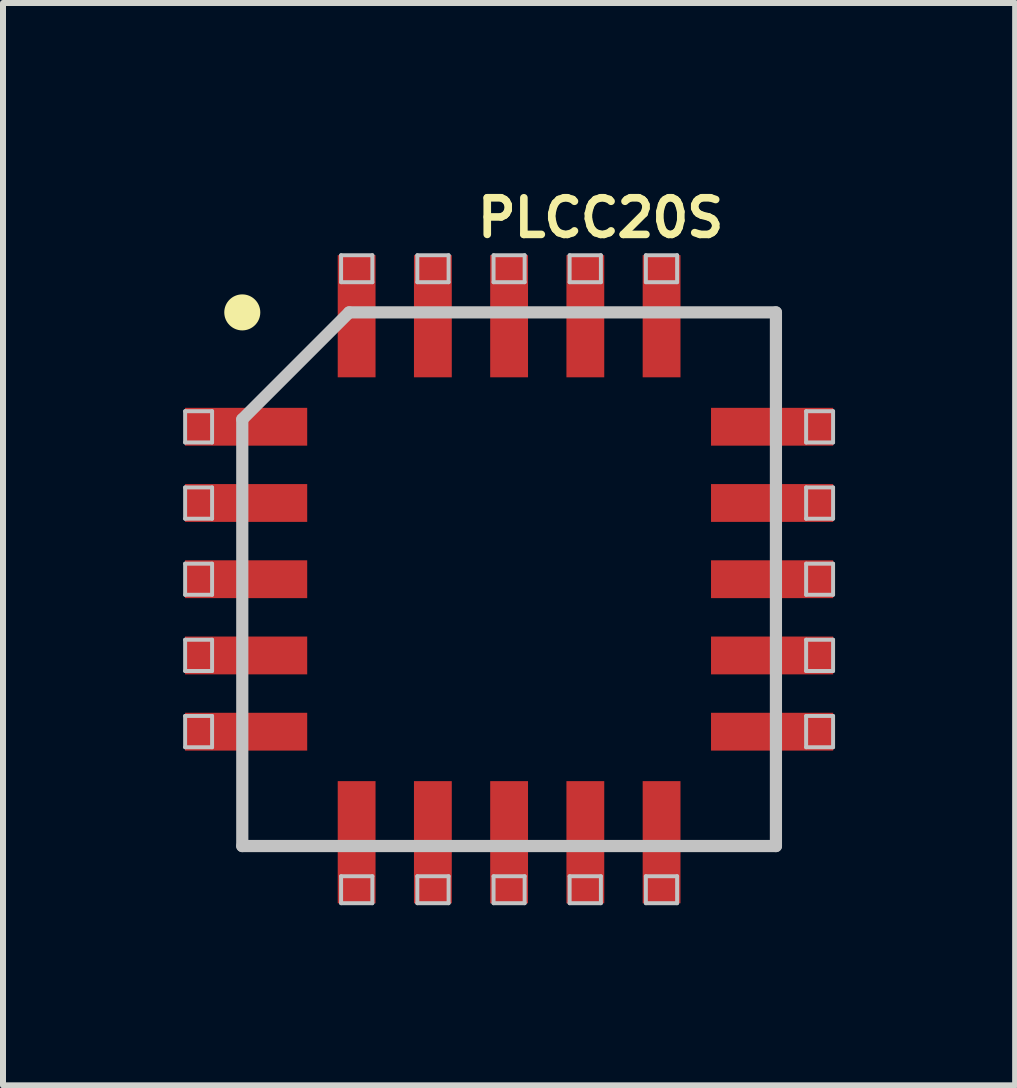
<source format=kicad_pcb>
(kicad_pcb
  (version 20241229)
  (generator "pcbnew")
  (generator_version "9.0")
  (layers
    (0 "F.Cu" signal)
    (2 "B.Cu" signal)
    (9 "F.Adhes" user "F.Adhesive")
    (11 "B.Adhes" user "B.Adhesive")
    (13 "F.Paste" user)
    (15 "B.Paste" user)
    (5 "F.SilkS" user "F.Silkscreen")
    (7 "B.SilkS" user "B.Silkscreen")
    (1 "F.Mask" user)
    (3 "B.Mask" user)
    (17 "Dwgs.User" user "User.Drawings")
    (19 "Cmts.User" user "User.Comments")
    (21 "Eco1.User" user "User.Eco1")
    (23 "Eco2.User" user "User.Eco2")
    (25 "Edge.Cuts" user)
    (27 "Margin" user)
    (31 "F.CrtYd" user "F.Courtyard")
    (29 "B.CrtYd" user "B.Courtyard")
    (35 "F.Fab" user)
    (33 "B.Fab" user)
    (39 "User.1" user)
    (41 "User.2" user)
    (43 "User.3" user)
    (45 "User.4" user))
  (footprint "PLCC20S"
    (layer "F.Cu")
    (at 5.431 6.599)
    (property "Reference" "PLCC20S" (at 1.524 -6.02 0) (layer "F.SilkS") (effects (font (size 0.61 0.61) (thickness 0.127))))
    (attr smd)
    (fp_circle (center -4.445 -4.445) (end -4.445 -4.745) (stroke (width 0) (type solid)) (fill yes) (layer "F.SilkS"))
    (fp_line (start -5.397 -2.799) (end -4.948 -2.799) (stroke (width 0.066) (type solid)) (layer "Dwgs.User"))
    (fp_line (start -5.397 -2.278) (end -5.397 -2.799) (stroke (width 0.066) (type solid)) (layer "Dwgs.User"))
    (fp_line (start -5.397 -2.278) (end -4.948 -2.278) (stroke (width 0.066) (type solid)) (layer "Dwgs.User"))
    (fp_line (start -5.397 -1.529) (end -4.948 -1.529) (stroke (width 0.066) (type solid)) (layer "Dwgs.User"))
    (fp_line (start -5.397 -1.008) (end -5.397 -1.529) (stroke (width 0.066) (type solid)) (layer "Dwgs.User"))
    (fp_line (start -5.397 -1.008) (end -4.948 -1.008) (stroke (width 0.066) (type solid)) (layer "Dwgs.User"))
    (fp_line (start -5.397 -0.259) (end -4.948 -0.259) (stroke (width 0.066) (type solid)) (layer "Dwgs.User"))
    (fp_line (start -5.397 0.259) (end -5.397 -0.259) (stroke (width 0.066) (type solid)) (layer "Dwgs.User"))
    (fp_line (start -5.397 0.259) (end -4.948 0.259) (stroke (width 0.066) (type solid)) (layer "Dwgs.User"))
    (fp_line (start -5.397 1.008) (end -4.948 1.008) (stroke (width 0.066) (type solid)) (layer "Dwgs.User"))
    (fp_line (start -5.397 1.529) (end -5.397 1.008) (stroke (width 0.066) (type solid)) (layer "Dwgs.User"))
    (fp_line (start -5.397 1.529) (end -4.948 1.529) (stroke (width 0.066) (type solid)) (layer "Dwgs.User"))
    (fp_line (start -5.397 2.278) (end -4.948 2.278) (stroke (width 0.066) (type solid)) (layer "Dwgs.User"))
    (fp_line (start -5.397 2.799) (end -5.397 2.278) (stroke (width 0.066) (type solid)) (layer "Dwgs.User"))
    (fp_line (start -5.397 2.799) (end -4.948 2.799) (stroke (width 0.066) (type solid)) (layer "Dwgs.User"))
    (fp_line (start -4.948 -2.278) (end -4.948 -2.799) (stroke (width 0.066) (type solid)) (layer "Dwgs.User"))
    (fp_line (start -4.948 -1.008) (end -4.948 -1.529) (stroke (width 0.066) (type solid)) (layer "Dwgs.User"))
    (fp_line (start -4.948 0.259) (end -4.948 -0.259) (stroke (width 0.066) (type solid)) (layer "Dwgs.User"))
    (fp_line (start -4.948 1.529) (end -4.948 1.008) (stroke (width 0.066) (type solid)) (layer "Dwgs.User"))
    (fp_line (start -4.948 2.799) (end -4.948 2.278) (stroke (width 0.066) (type solid)) (layer "Dwgs.User"))
    (fp_line (start -4.445 -2.664) (end -4.445 4.445) (stroke (width 0.203) (type solid)) (layer "Dwgs.User"))
    (fp_line (start -4.445 4.445) (end 4.445 4.445) (stroke (width 0.203) (type solid)) (layer "Dwgs.User"))
    (fp_line (start -2.799 -5.397) (end -2.278 -5.397) (stroke (width 0.066) (type solid)) (layer "Dwgs.User"))
    (fp_line (start -2.799 -4.948) (end -2.799 -5.397) (stroke (width 0.066) (type solid)) (layer "Dwgs.User"))
    (fp_line (start -2.799 -4.948) (end -2.278 -4.948) (stroke (width 0.066) (type solid)) (layer "Dwgs.User"))
    (fp_line (start -2.799 4.948) (end -2.278 4.948) (stroke (width 0.066) (type solid)) (layer "Dwgs.User"))
    (fp_line (start -2.799 5.397) (end -2.799 4.948) (stroke (width 0.066) (type solid)) (layer "Dwgs.User"))
    (fp_line (start -2.799 5.397) (end -2.278 5.397) (stroke (width 0.066) (type solid)) (layer "Dwgs.User"))
    (fp_line (start -2.664 -4.445) (end -4.445 -2.664) (stroke (width 0.203) (type solid)) (layer "Dwgs.User"))
    (fp_line (start -2.278 -4.948) (end -2.278 -5.397) (stroke (width 0.066) (type solid)) (layer "Dwgs.User"))
    (fp_line (start -2.278 5.397) (end -2.278 4.948) (stroke (width 0.066) (type solid)) (layer "Dwgs.User"))
    (fp_line (start -1.529 -5.397) (end -1.008 -5.397) (stroke (width 0.066) (type solid)) (layer "Dwgs.User"))
    (fp_line (start -1.529 -4.948) (end -1.529 -5.397) (stroke (width 0.066) (type solid)) (layer "Dwgs.User"))
    (fp_line (start -1.529 -4.948) (end -1.008 -4.948) (stroke (width 0.066) (type solid)) (layer "Dwgs.User"))
    (fp_line (start -1.529 4.948) (end -1.008 4.948) (stroke (width 0.066) (type solid)) (layer "Dwgs.User"))
    (fp_line (start -1.529 5.397) (end -1.529 4.948) (stroke (width 0.066) (type solid)) (layer "Dwgs.User"))
    (fp_line (start -1.529 5.397) (end -1.008 5.397) (stroke (width 0.066) (type solid)) (layer "Dwgs.User"))
    (fp_line (start -1.008 -4.948) (end -1.008 -5.397) (stroke (width 0.066) (type solid)) (layer "Dwgs.User"))
    (fp_line (start -1.008 5.397) (end -1.008 4.948) (stroke (width 0.066) (type solid)) (layer "Dwgs.User"))
    (fp_line (start -0.259 -5.397) (end 0.259 -5.397) (stroke (width 0.066) (type solid)) (layer "Dwgs.User"))
    (fp_line (start -0.259 -4.948) (end -0.259 -5.397) (stroke (width 0.066) (type solid)) (layer "Dwgs.User"))
    (fp_line (start -0.259 -4.948) (end 0.259 -4.948) (stroke (width 0.066) (type solid)) (layer "Dwgs.User"))
    (fp_line (start -0.259 4.948) (end 0.259 4.948) (stroke (width 0.066) (type solid)) (layer "Dwgs.User"))
    (fp_line (start -0.259 5.397) (end -0.259 4.948) (stroke (width 0.066) (type solid)) (layer "Dwgs.User"))
    (fp_line (start -0.259 5.397) (end 0.259 5.397) (stroke (width 0.066) (type solid)) (layer "Dwgs.User"))
    (fp_line (start 0.259 -4.948) (end 0.259 -5.397) (stroke (width 0.066) (type solid)) (layer "Dwgs.User"))
    (fp_line (start 0.259 5.397) (end 0.259 4.948) (stroke (width 0.066) (type solid)) (layer "Dwgs.User"))
    (fp_line (start 1.008 -5.397) (end 1.529 -5.397) (stroke (width 0.066) (type solid)) (layer "Dwgs.User"))
    (fp_line (start 1.008 -4.948) (end 1.008 -5.397) (stroke (width 0.066) (type solid)) (layer "Dwgs.User"))
    (fp_line (start 1.008 -4.948) (end 1.529 -4.948) (stroke (width 0.066) (type solid)) (layer "Dwgs.User"))
    (fp_line (start 1.008 4.948) (end 1.529 4.948) (stroke (width 0.066) (type solid)) (layer "Dwgs.User"))
    (fp_line (start 1.008 5.397) (end 1.008 4.948) (stroke (width 0.066) (type solid)) (layer "Dwgs.User"))
    (fp_line (start 1.008 5.397) (end 1.529 5.397) (stroke (width 0.066) (type solid)) (layer "Dwgs.User"))
    (fp_line (start 1.529 -4.948) (end 1.529 -5.397) (stroke (width 0.066) (type solid)) (layer "Dwgs.User"))
    (fp_line (start 1.529 5.397) (end 1.529 4.948) (stroke (width 0.066) (type solid)) (layer "Dwgs.User"))
    (fp_line (start 2.278 -5.397) (end 2.799 -5.397) (stroke (width 0.066) (type solid)) (layer "Dwgs.User"))
    (fp_line (start 2.278 -4.948) (end 2.278 -5.397) (stroke (width 0.066) (type solid)) (layer "Dwgs.User"))
    (fp_line (start 2.278 -4.948) (end 2.799 -4.948) (stroke (width 0.066) (type solid)) (layer "Dwgs.User"))
    (fp_line (start 2.278 4.948) (end 2.799 4.948) (stroke (width 0.066) (type solid)) (layer "Dwgs.User"))
    (fp_line (start 2.278 5.397) (end 2.278 4.948) (stroke (width 0.066) (type solid)) (layer "Dwgs.User"))
    (fp_line (start 2.278 5.397) (end 2.799 5.397) (stroke (width 0.066) (type solid)) (layer "Dwgs.User"))
    (fp_line (start 2.799 -4.948) (end 2.799 -5.397) (stroke (width 0.066) (type solid)) (layer "Dwgs.User"))
    (fp_line (start 2.799 5.397) (end 2.799 4.948) (stroke (width 0.066) (type solid)) (layer "Dwgs.User"))
    (fp_line (start 4.445 -4.445) (end -2.664 -4.445) (stroke (width 0.203) (type solid)) (layer "Dwgs.User"))
    (fp_line (start 4.445 4.445) (end 4.445 -4.445) (stroke (width 0.203) (type solid)) (layer "Dwgs.User"))
    (fp_line (start 4.948 -2.799) (end 5.397 -2.799) (stroke (width 0.066) (type solid)) (layer "Dwgs.User"))
    (fp_line (start 4.948 -2.278) (end 4.948 -2.799) (stroke (width 0.066) (type solid)) (layer "Dwgs.User"))
    (fp_line (start 4.948 -2.278) (end 5.397 -2.278) (stroke (width 0.066) (type solid)) (layer "Dwgs.User"))
    (fp_line (start 4.948 -1.529) (end 5.397 -1.529) (stroke (width 0.066) (type solid)) (layer "Dwgs.User"))
    (fp_line (start 4.948 -1.008) (end 4.948 -1.529) (stroke (width 0.066) (type solid)) (layer "Dwgs.User"))
    (fp_line (start 4.948 -1.008) (end 5.397 -1.008) (stroke (width 0.066) (type solid)) (layer "Dwgs.User"))
    (fp_line (start 4.948 -0.259) (end 5.397 -0.259) (stroke (width 0.066) (type solid)) (layer "Dwgs.User"))
    (fp_line (start 4.948 0.259) (end 4.948 -0.259) (stroke (width 0.066) (type solid)) (layer "Dwgs.User"))
    (fp_line (start 4.948 0.259) (end 5.397 0.259) (stroke (width 0.066) (type solid)) (layer "Dwgs.User"))
    (fp_line (start 4.948 1.008) (end 5.397 1.008) (stroke (width 0.066) (type solid)) (layer "Dwgs.User"))
    (fp_line (start 4.948 1.529) (end 4.948 1.008) (stroke (width 0.066) (type solid)) (layer "Dwgs.User"))
    (fp_line (start 4.948 1.529) (end 5.397 1.529) (stroke (width 0.066) (type solid)) (layer "Dwgs.User"))
    (fp_line (start 4.948 2.278) (end 5.397 2.278) (stroke (width 0.066) (type solid)) (layer "Dwgs.User"))
    (fp_line (start 4.948 2.799) (end 4.948 2.278) (stroke (width 0.066) (type solid)) (layer "Dwgs.User"))
    (fp_line (start 4.948 2.799) (end 5.397 2.799) (stroke (width 0.066) (type solid)) (layer "Dwgs.User"))
    (fp_line (start 5.397 -2.278) (end 5.397 -2.799) (stroke (width 0.066) (type solid)) (layer "Dwgs.User"))
    (fp_line (start 5.397 -1.008) (end 5.397 -1.529) (stroke (width 0.066) (type solid)) (layer "Dwgs.User"))
    (fp_line (start 5.397 0.259) (end 5.397 -0.259) (stroke (width 0.066) (type solid)) (layer "Dwgs.User"))
    (fp_line (start 5.397 1.529) (end 5.397 1.008) (stroke (width 0.066) (type solid)) (layer "Dwgs.User"))
    (fp_line (start 5.397 2.799) (end 5.397 2.278) (stroke (width 0.066) (type solid)) (layer "Dwgs.User"))
    (pad "1" smd rect (at 0 -4.381) (size 0.63 2.035) (layers "F.Cu" "F.Mask" "F.Paste"))
    (pad "2" smd rect (at -1.27 -4.381) (size 0.63 2.035) (layers "F.Cu" "F.Mask" "F.Paste"))
    (pad "3" smd rect (at -2.54 -4.381) (size 0.63 2.035) (layers "F.Cu" "F.Mask" "F.Paste"))
    (pad "4" smd rect (at -4.381 -2.54 90) (size 0.63 2.035) (layers "F.Cu" "F.Mask" "F.Paste"))
    (pad "5" smd rect (at -4.381 -1.27 90) (size 0.63 2.035) (layers "F.Cu" "F.Mask" "F.Paste"))
    (pad "6" smd rect (at -4.381 0 90) (size 0.63 2.035) (layers "F.Cu" "F.Mask" "F.Paste"))
    (pad "7" smd rect (at -4.381 1.27 90) (size 0.63 2.035) (layers "F.Cu" "F.Mask" "F.Paste"))
    (pad "8" smd rect (at -4.381 2.54 90) (size 0.63 2.035) (layers "F.Cu" "F.Mask" "F.Paste"))
    (pad "9" smd rect (at -2.54 4.381) (size 0.63 2.035) (layers "F.Cu" "F.Mask" "F.Paste"))
    (pad "10" smd rect (at -1.27 4.381) (size 0.63 2.035) (layers "F.Cu" "F.Mask" "F.Paste"))
    (pad "11" smd rect (at 0 4.381) (size 0.63 2.035) (layers "F.Cu" "F.Mask" "F.Paste"))
    (pad "12" smd rect (at 1.27 4.381) (size 0.63 2.035) (layers "F.Cu" "F.Mask" "F.Paste"))
    (pad "13" smd rect (at 2.54 4.381) (size 0.63 2.035) (layers "F.Cu" "F.Mask" "F.Paste"))
    (pad "14" smd rect (at 4.381 2.54 90) (size 0.63 2.035) (layers "F.Cu" "F.Mask" "F.Paste"))
    (pad "15" smd rect (at 4.381 1.27 90) (size 0.63 2.035) (layers "F.Cu" "F.Mask" "F.Paste"))
    (pad "16" smd rect (at 4.381 0 90) (size 0.63 2.035) (layers "F.Cu" "F.Mask" "F.Paste"))
    (pad "17" smd rect (at 4.381 -1.27 90) (size 0.63 2.035) (layers "F.Cu" "F.Mask" "F.Paste"))
    (pad "18" smd rect (at 4.381 -2.54 90) (size 0.63 2.035) (layers "F.Cu" "F.Mask" "F.Paste"))
    (pad "19" smd rect (at 2.54 -4.381) (size 0.63 2.035) (layers "F.Cu" "F.Mask" "F.Paste"))
    (pad "20" smd rect (at 1.27 -4.381) (size 0.63 2.035) (layers "F.Cu" "F.Mask" "F.Paste")))
  (gr_rect
    (start -3 -3)
    (end 13.861 15.03)
    (stroke (width 0.1) (type default))
    (fill no)
    (layer "Edge.Cuts")))
</source>
